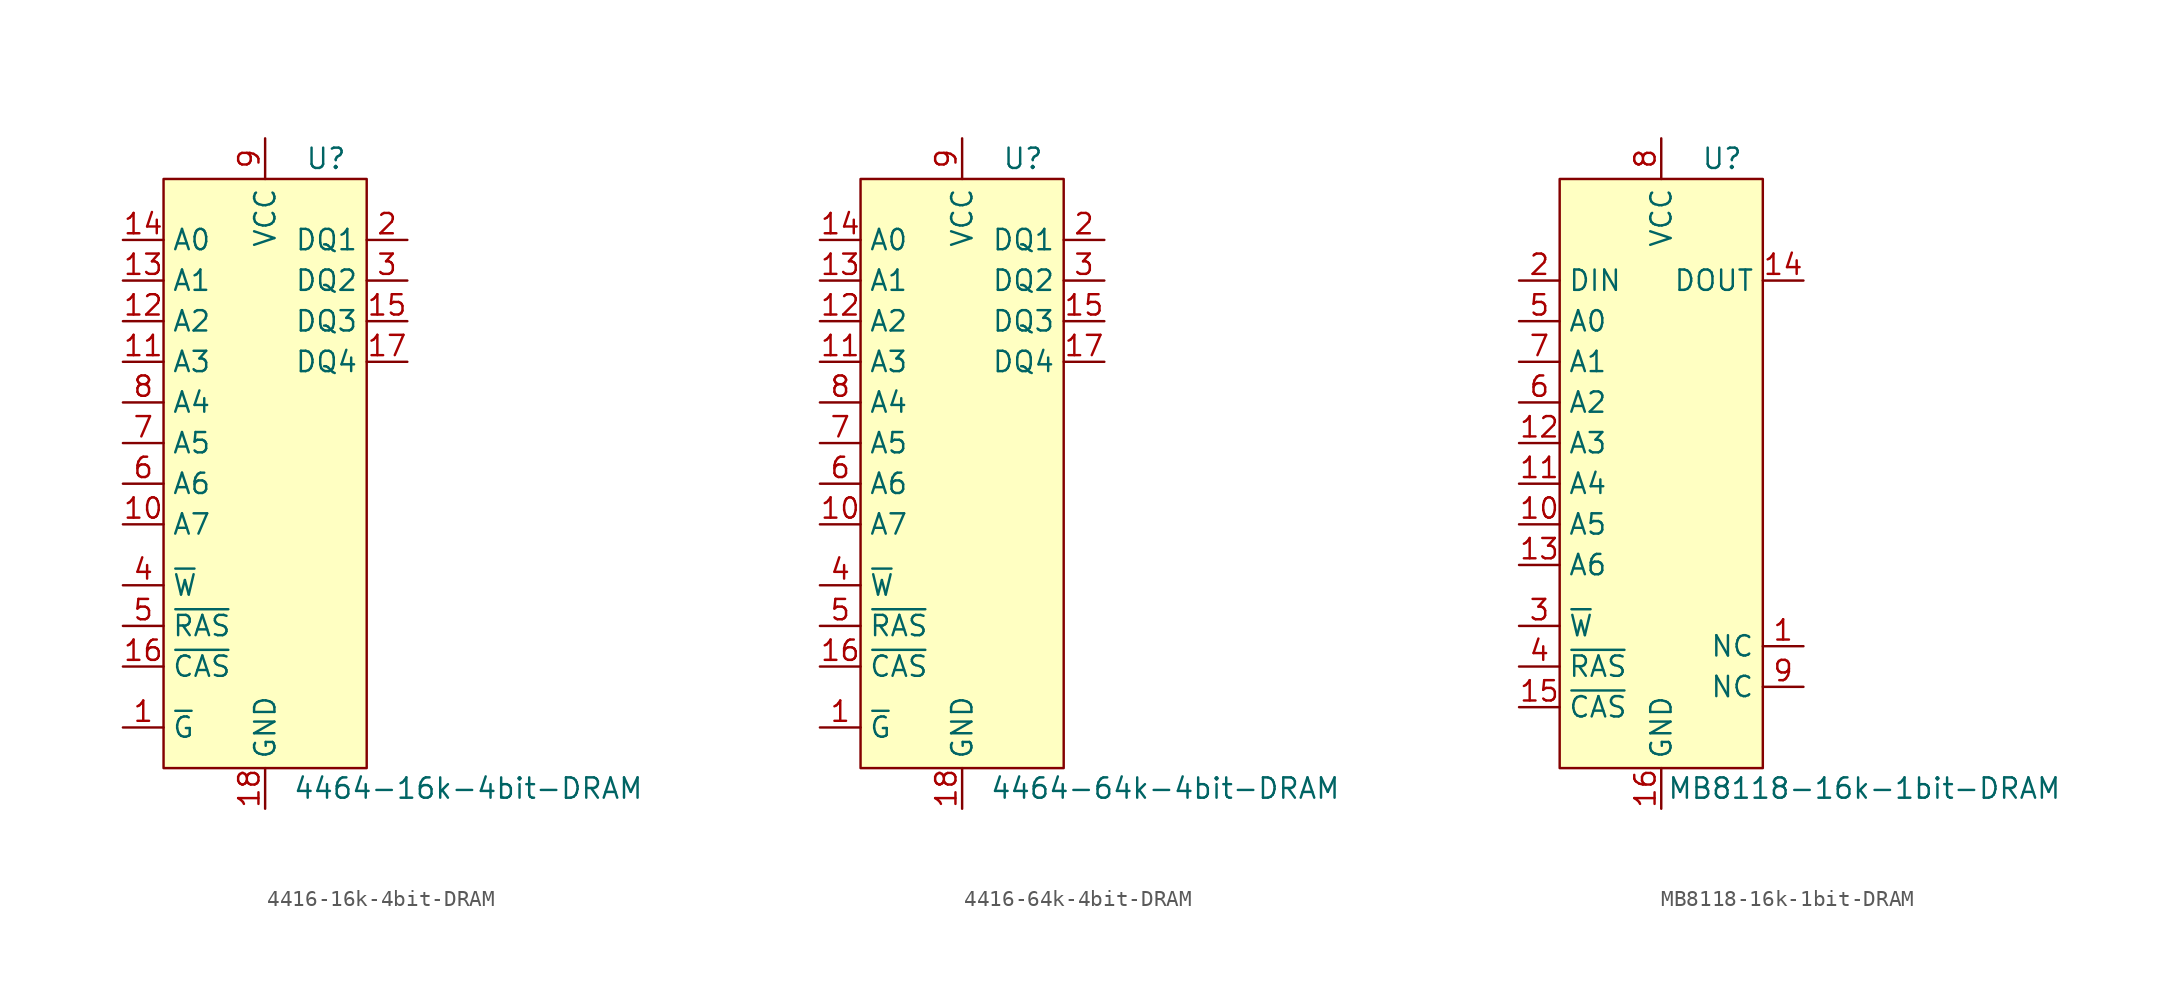
<source format=kicad_sym>
(kicad_symbol_lib
  (version 20220914)
  (generator kicad_symbol_editor)
  (symbol "4416-16k-4bit-DRAM"
    (property "Reference" "U"
      (at 3.81 20.32 0)
      (effects (font (size 1.27 1.27))))
    (property "Value" "4464-16k-4bit-DRAM"
      (at 12.7 -19.05 0)
      (effects (font (size 1.27 1.27))))
    (symbol "4416-16k-4bit-DRAM_0_1"
      (rectangle (start -6.35 19.05) (end 6.35 -17.78) (stroke (width 0) (type default)) (fill (type background))))
    (symbol "4416-16k-4bit-DRAM_1_1"
      (pin input line (at -8.89 -15.24 0) (length 2.54) (name "~{G}" (effects (font (size 1.27 1.27)))) (number "1" (effects (font (size 1.27 1.27)))))
      (pin input line (at -8.89 -2.54 0) (length 2.54) (name "A7" (effects (font (size 1.27 1.27)))) (number "10" (effects (font (size 1.27 1.27)))))
      (pin input line (at -8.89 7.62 0) (length 2.54) (name "A3" (effects (font (size 1.27 1.27)))) (number "11" (effects (font (size 1.27 1.27)))))
      (pin input line (at -8.89 10.16 0) (length 2.54) (name "A2" (effects (font (size 1.27 1.27)))) (number "12" (effects (font (size 1.27 1.27)))))
      (pin input line (at -8.89 12.7 0) (length 2.54) (name "A1" (effects (font (size 1.27 1.27)))) (number "13" (effects (font (size 1.27 1.27)))))
      (pin input line (at -8.89 15.24 0) (length 2.54) (name "A0" (effects (font (size 1.27 1.27)))) (number "14" (effects (font (size 1.27 1.27)))))
      (pin bidirectional line (at 8.89 10.16 180) (length 2.54) (name "DQ3" (effects (font (size 1.27 1.27)))) (number "15" (effects (font (size 1.27 1.27)))))
      (pin input line (at -8.89 -11.43 0) (length 2.54) (name "~{CAS}" (effects (font (size 1.27 1.27)))) (number "16" (effects (font (size 1.27 1.27)))))
      (pin bidirectional line (at 8.89 7.62 180) (length 2.54) (name "DQ4" (effects (font (size 1.27 1.27)))) (number "17" (effects (font (size 1.27 1.27)))))
      (pin power_in line (at 0 -20.32 90) (length 2.54) (name "GND" (effects (font (size 1.27 1.27)))) (number "18" (effects (font (size 1.27 1.27)))))
      (pin bidirectional line (at 8.89 15.24 180) (length 2.54) (name "DQ1" (effects (font (size 1.27 1.27)))) (number "2" (effects (font (size 1.27 1.27)))))
      (pin bidirectional line (at 8.89 12.7 180) (length 2.54) (name "DQ2" (effects (font (size 1.27 1.27)))) (number "3" (effects (font (size 1.27 1.27)))))
      (pin input line (at -8.89 -6.35 0) (length 2.54) (name "~{W}" (effects (font (size 1.27 1.27)))) (number "4" (effects (font (size 1.27 1.27)))))
      (pin input line (at -8.89 -8.89 0) (length 2.54) (name "~{RAS}" (effects (font (size 1.27 1.27)))) (number "5" (effects (font (size 1.27 1.27)))))
      (pin input line (at -8.89 0 0) (length 2.54) (name "A6" (effects (font (size 1.27 1.27)))) (number "6" (effects (font (size 1.27 1.27)))))
      (pin input line (at -8.89 2.54 0) (length 2.54) (name "A5" (effects (font (size 1.27 1.27)))) (number "7" (effects (font (size 1.27 1.27)))))
      (pin input line (at -8.89 5.08 0) (length 2.54) (name "A4" (effects (font (size 1.27 1.27)))) (number "8" (effects (font (size 1.27 1.27)))))
      (pin power_in line (at 0 21.59 270) (length 2.54) (name "VCC" (effects (font (size 1.27 1.27)))) (number "9" (effects (font (size 1.27 1.27)))))))
  (symbol "4416-64k-4bit-DRAM"
    (property "Reference" "U"
      (at 3.81 20.32 0)
      (effects (font (size 1.27 1.27))))
    (property "Value" "4464-64k-4bit-DRAM"
      (at 12.7 -19.05 0)
      (effects (font (size 1.27 1.27))))
    (symbol "4416-64k-4bit-DRAM_0_1"
      (rectangle (start -6.35 19.05) (end 6.35 -17.78) (stroke (width 0) (type default)) (fill (type background))))
    (symbol "4416-64k-4bit-DRAM_1_1"
      (pin input line (at -8.89 -15.24 0) (length 2.54) (name "~{G}" (effects (font (size 1.27 1.27)))) (number "1" (effects (font (size 1.27 1.27)))))
      (pin input line (at -8.89 -2.54 0) (length 2.54) (name "A7" (effects (font (size 1.27 1.27)))) (number "10" (effects (font (size 1.27 1.27)))))
      (pin input line (at -8.89 7.62 0) (length 2.54) (name "A3" (effects (font (size 1.27 1.27)))) (number "11" (effects (font (size 1.27 1.27)))))
      (pin input line (at -8.89 10.16 0) (length 2.54) (name "A2" (effects (font (size 1.27 1.27)))) (number "12" (effects (font (size 1.27 1.27)))))
      (pin input line (at -8.89 12.7 0) (length 2.54) (name "A1" (effects (font (size 1.27 1.27)))) (number "13" (effects (font (size 1.27 1.27)))))
      (pin input line (at -8.89 15.24 0) (length 2.54) (name "A0" (effects (font (size 1.27 1.27)))) (number "14" (effects (font (size 1.27 1.27)))))
      (pin bidirectional line (at 8.89 10.16 180) (length 2.54) (name "DQ3" (effects (font (size 1.27 1.27)))) (number "15" (effects (font (size 1.27 1.27)))))
      (pin input line (at -8.89 -11.43 0) (length 2.54) (name "~{CAS}" (effects (font (size 1.27 1.27)))) (number "16" (effects (font (size 1.27 1.27)))))
      (pin bidirectional line (at 8.89 7.62 180) (length 2.54) (name "DQ4" (effects (font (size 1.27 1.27)))) (number "17" (effects (font (size 1.27 1.27)))))
      (pin power_in line (at 0 -20.32 90) (length 2.54) (name "GND" (effects (font (size 1.27 1.27)))) (number "18" (effects (font (size 1.27 1.27)))))
      (pin bidirectional line (at 8.89 15.24 180) (length 2.54) (name "DQ1" (effects (font (size 1.27 1.27)))) (number "2" (effects (font (size 1.27 1.27)))))
      (pin bidirectional line (at 8.89 12.7 180) (length 2.54) (name "DQ2" (effects (font (size 1.27 1.27)))) (number "3" (effects (font (size 1.27 1.27)))))
      (pin input line (at -8.89 -6.35 0) (length 2.54) (name "~{W}" (effects (font (size 1.27 1.27)))) (number "4" (effects (font (size 1.27 1.27)))))
      (pin input line (at -8.89 -8.89 0) (length 2.54) (name "~{RAS}" (effects (font (size 1.27 1.27)))) (number "5" (effects (font (size 1.27 1.27)))))
      (pin input line (at -8.89 0 0) (length 2.54) (name "A6" (effects (font (size 1.27 1.27)))) (number "6" (effects (font (size 1.27 1.27)))))
      (pin input line (at -8.89 2.54 0) (length 2.54) (name "A5" (effects (font (size 1.27 1.27)))) (number "7" (effects (font (size 1.27 1.27)))))
      (pin input line (at -8.89 5.08 0) (length 2.54) (name "A4" (effects (font (size 1.27 1.27)))) (number "8" (effects (font (size 1.27 1.27)))))
      (pin power_in line (at 0 21.59 270) (length 2.54) (name "VCC" (effects (font (size 1.27 1.27)))) (number "9" (effects (font (size 1.27 1.27)))))))
  (symbol "MB8118-16k-1bit-DRAM"
    (property "Reference" "U"
      (at 3.81 20.32 0)
      (effects (font (size 1.27 1.27))))
    (property "Value" "MB8118-16k-1bit-DRAM"
      (at 12.7 -19.05 0)
      (effects (font (size 1.27 1.27))))
    (symbol "MB8118-16k-1bit-DRAM_0_1"
      (rectangle (start -6.35 19.05) (end 6.35 -17.78) (stroke (width 0) (type default)) (fill (type background))))
    (symbol "MB8118-16k-1bit-DRAM_1_1"
      (pin passive line (at 8.89 -10.16 180) (length 2.54) (name "NC" (effects (font (size 1.27 1.27)))) (number "1" (effects (font (size 1.27 1.27)))))
      (pin input line (at -8.89 -2.54 0) (length 2.54) (name "A5" (effects (font (size 1.27 1.27)))) (number "10" (effects (font (size 1.27 1.27)))))
      (pin input line (at -8.89 0 0) (length 2.54) (name "A4" (effects (font (size 1.27 1.27)))) (number "11" (effects (font (size 1.27 1.27)))))
      (pin input line (at -8.89 2.54 0) (length 2.54) (name "A3" (effects (font (size 1.27 1.27)))) (number "12" (effects (font (size 1.27 1.27)))))
      (pin input line (at -8.89 -5.08 0) (length 2.54) (name "A6" (effects (font (size 1.27 1.27)))) (number "13" (effects (font (size 1.27 1.27)))))
      (pin output line (at 8.89 12.7 180) (length 2.54) (name "DOUT" (effects (font (size 1.27 1.27)))) (number "14" (effects (font (size 1.27 1.27)))))
      (pin input line (at -8.89 -13.97 0) (length 2.54) (name "~{CAS}" (effects (font (size 1.27 1.27)))) (number "15" (effects (font (size 1.27 1.27)))))
      (pin power_in line (at 0 -20.32 90) (length 2.54) (name "GND" (effects (font (size 1.27 1.27)))) (number "16" (effects (font (size 1.27 1.27)))))
      (pin input line (at -8.89 12.7 0) (length 2.54) (name "DIN" (effects (font (size 1.27 1.27)))) (number "2" (effects (font (size 1.27 1.27)))))
      (pin input line (at -8.89 -8.89 0) (length 2.54) (name "~{W}" (effects (font (size 1.27 1.27)))) (number "3" (effects (font (size 1.27 1.27)))))
      (pin input line (at -8.89 -11.43 0) (length 2.54) (name "~{RAS}" (effects (font (size 1.27 1.27)))) (number "4" (effects (font (size 1.27 1.27)))))
      (pin input line (at -8.89 10.16 0) (length 2.54) (name "A0" (effects (font (size 1.27 1.27)))) (number "5" (effects (font (size 1.27 1.27)))))
      (pin input line (at -8.89 5.08 0) (length 2.54) (name "A2" (effects (font (size 1.27 1.27)))) (number "6" (effects (font (size 1.27 1.27)))))
      (pin input line (at -8.89 7.62 0) (length 2.54) (name "A1" (effects (font (size 1.27 1.27)))) (number "7" (effects (font (size 1.27 1.27)))))
      (pin power_in line (at 0 21.59 270) (length 2.54) (name "VCC" (effects (font (size 1.27 1.27)))) (number "8" (effects (font (size 1.27 1.27)))))
      (pin passive line (at 8.89 -12.7 180) (length 2.54) (name "NC" (effects (font (size 1.27 1.27)))) (number "9" (effects (font (size 1.27 1.27))))))))
</source>
